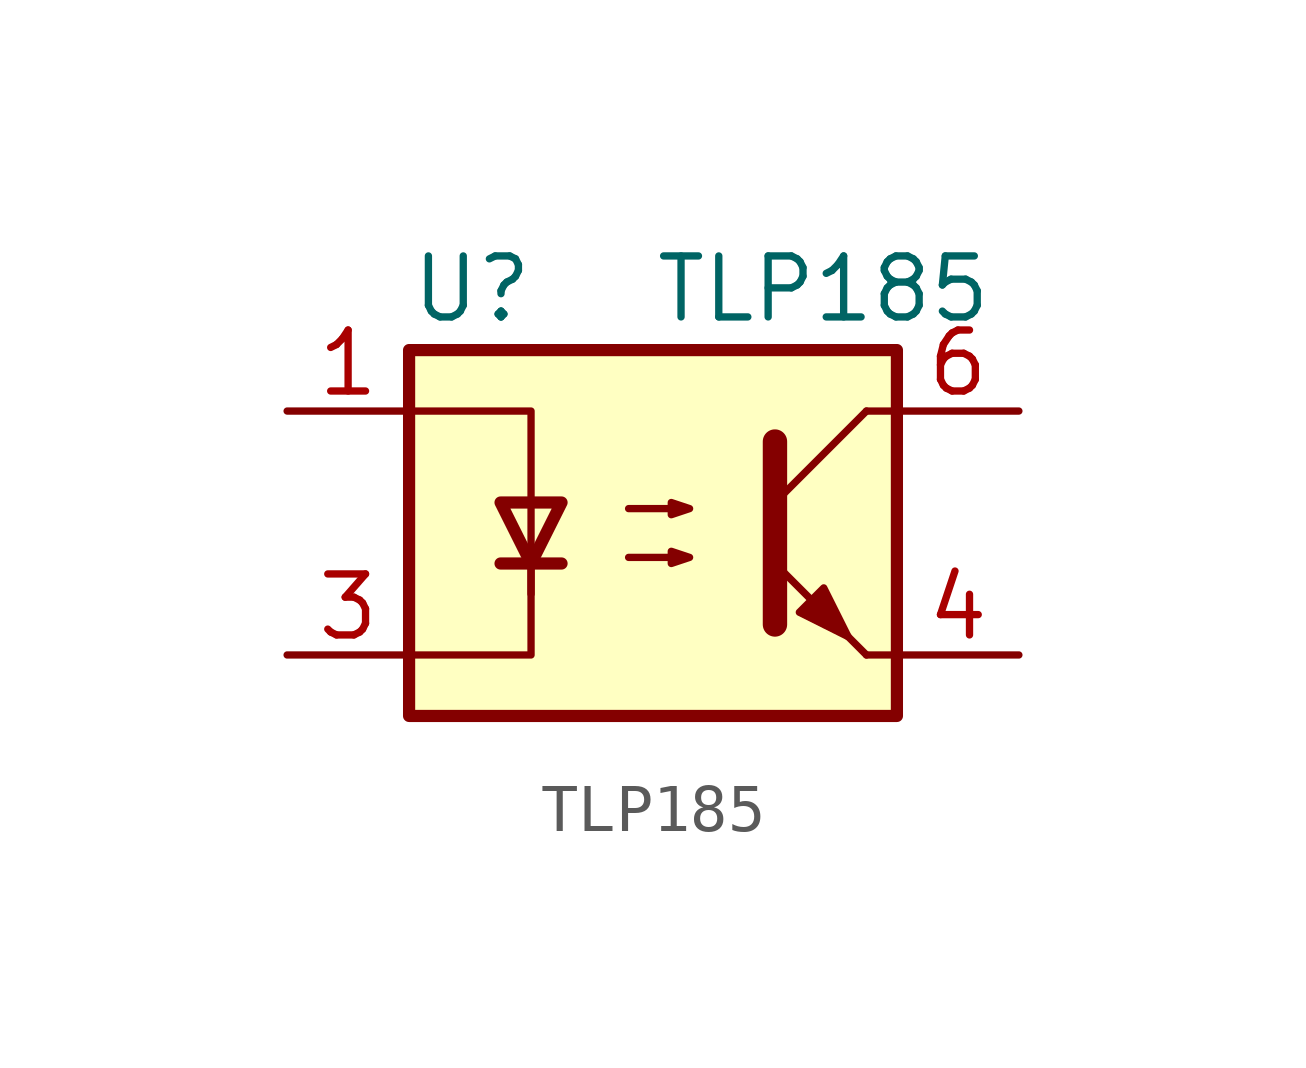
<source format=kicad_sym>
(kicad_symbol_lib
  (version 20241209)
  (generator "kicad_symbol_editor")
  (generator_version "9.0")
  (symbol "TLP185"
    (property "Reference" "U"
      (at -5.08 5.08 0)
      (effects (font (size 1.27 1.27)) (justify left)))
    (property "Value" "TLP185"
      (at 0 5.08 0)
      (effects (font (size 1.27 1.27)) (justify left)))
    (symbol "TLP185_0_1"
      (rectangle (start -5.08 3.81) (end 5.08 -3.81) (stroke (width 0.254) (type default)) (fill (type background)))
      (polyline (pts (xy -5.08 2.54) (xy -2.54 2.54) (xy -2.54 -1.27) (xy -2.54 0.635)) (stroke (width 0) (type default)) (fill (type none)))
      (polyline (pts (xy -3.175 -0.635) (xy -1.905 -0.635)) (stroke (width 0.254) (type default)) (fill (type none)))
      (polyline (pts (xy -2.54 -0.635) (xy -2.54 -2.54) (xy -5.08 -2.54)) (stroke (width 0) (type default)) (fill (type none)))
      (polyline (pts (xy -2.54 -0.635) (xy -3.175 0.635) (xy -1.905 0.635) (xy -2.54 -0.635)) (stroke (width 0.254) (type default)) (fill (type none)))
      (polyline (pts (xy -0.508 0.508) (xy 0.762 0.508) (xy 0.381 0.381) (xy 0.381 0.635) (xy 0.762 0.508)) (stroke (width 0) (type default)) (fill (type none)))
      (polyline (pts (xy -0.508 -0.508) (xy 0.762 -0.508) (xy 0.381 -0.635) (xy 0.381 -0.381) (xy 0.762 -0.508)) (stroke (width 0) (type default)) (fill (type none)))
      (polyline (pts (xy 2.54 1.905) (xy 2.54 -1.905) (xy 2.54 -1.905)) (stroke (width 0.508) (type default)) (fill (type none)))
      (polyline (pts (xy 2.54 0.635) (xy 4.445 2.54)) (stroke (width 0) (type default)) (fill (type none)))
      (polyline (pts (xy 3.048 -1.651) (xy 3.556 -1.143) (xy 4.064 -2.159) (xy 3.048 -1.651) (xy 3.048 -1.651)) (stroke (width 0) (type default)) (fill (type outline)))
      (polyline (pts (xy 4.445 2.54) (xy 5.08 2.54)) (stroke (width 0) (type default)) (fill (type none)))
      (polyline (pts (xy 4.445 -2.54) (xy 2.54 -0.635)) (stroke (width 0) (type default)) (fill (type outline)))
      (polyline (pts (xy 4.445 -2.54) (xy 5.08 -2.54)) (stroke (width 0) (type default)) (fill (type none))))
    (symbol "TLP185_1_1"
      (pin passive line (at -7.62 2.54 0) (length 2.54) (name "~" (effects (font (size 1.27 1.27)))) (number "1" (effects (font (size 1.27 1.27)))))
      (pin passive line (at -7.62 -2.54 0) (length 2.54) (name "~" (effects (font (size 1.27 1.27)))) (number "3" (effects (font (size 1.27 1.27)))))
      (pin passive line (at 7.62 2.54 180) (length 2.54) (name "~" (effects (font (size 1.27 1.27)))) (number "6" (effects (font (size 1.27 1.27)))))
      (pin passive line (at 7.62 -2.54 180) (length 2.54) (name "~" (effects (font (size 1.27 1.27)))) (number "4" (effects (font (size 1.27 1.27))))))))
</source>
